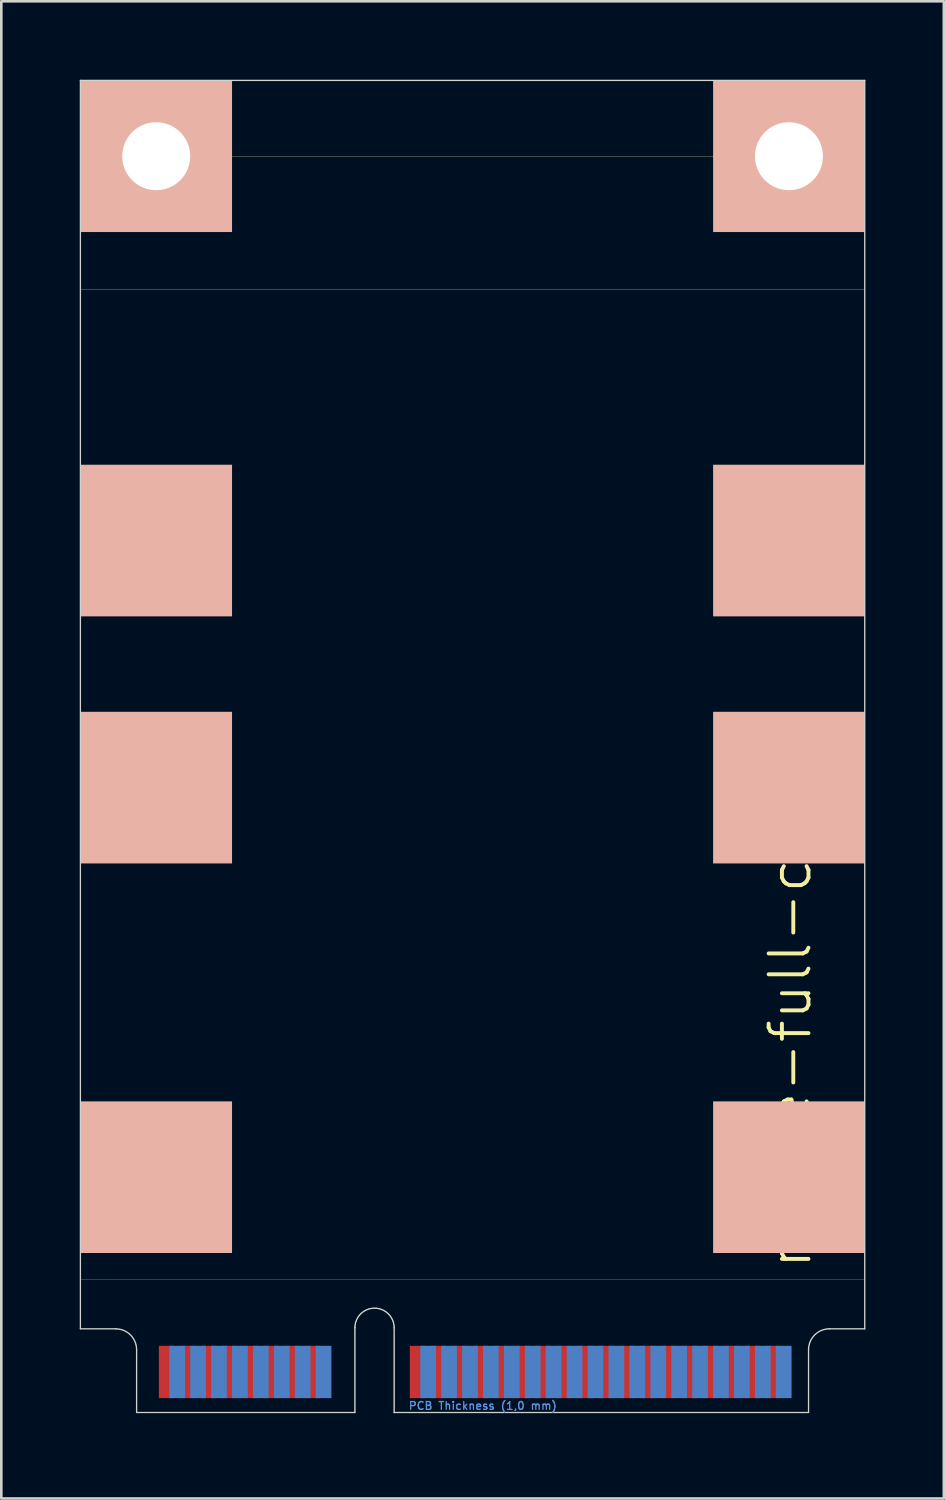
<source format=kicad_pcb>
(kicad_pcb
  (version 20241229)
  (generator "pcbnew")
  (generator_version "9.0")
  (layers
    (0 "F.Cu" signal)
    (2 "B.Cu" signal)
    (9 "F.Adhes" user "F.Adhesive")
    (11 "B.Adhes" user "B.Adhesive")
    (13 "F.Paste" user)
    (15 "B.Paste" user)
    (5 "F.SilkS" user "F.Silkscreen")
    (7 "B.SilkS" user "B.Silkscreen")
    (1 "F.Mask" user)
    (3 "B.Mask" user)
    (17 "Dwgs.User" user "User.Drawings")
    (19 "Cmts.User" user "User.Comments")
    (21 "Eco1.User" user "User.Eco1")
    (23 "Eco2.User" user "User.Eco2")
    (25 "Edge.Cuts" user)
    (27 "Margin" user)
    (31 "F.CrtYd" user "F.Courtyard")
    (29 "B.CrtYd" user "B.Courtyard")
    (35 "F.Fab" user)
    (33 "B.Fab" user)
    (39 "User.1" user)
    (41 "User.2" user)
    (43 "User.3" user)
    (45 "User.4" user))
  (footprint "mpcie-full-card"
    (layer "F.Cu")
    (at 15.025 50.975)
    (property "Reference" "mpcie-full-card" (at 12.15 -15.2 90) (layer "F.SilkS") (effects (font (size 1.524 1.524) (thickness 0.15))))
    (attr through_hole)
    (fp_line (start 15 -48.05) (end -15 -48.05) (stroke (width 0.01) (type solid)) (layer "F.SilkS"))
    (fp_line (start 15 -42.95) (end -15 -42.95) (stroke (width 0.01) (type solid)) (layer "F.SilkS"))
    (fp_line (start -15 -5.1) (end 15 -5.1) (stroke (width 0.01) (type solid)) (layer "B.SilkS"))
    (fp_line (start 0 0) (end 0 -50.95) (stroke (width 0.01) (type solid)) (layer "Eco1.User"))
    (fp_line (start 15 -3.2) (end 13.65 -3.2) (stroke (width 0.01) (type solid)) (layer "Eco2.User"))
    (fp_line (start -15 -50.95) (end -15 -3.2) (stroke (width 0.01) (type solid)) (layer "Edge.Cuts"))
    (fp_line (start -15 -50.95) (end 15 -50.95) (stroke (width 0.05) (type default)) (layer "Edge.Cuts"))
    (fp_line (start -15 -3.2) (end -15 -50.95) (stroke (width 0.05) (type default)) (layer "Edge.Cuts"))
    (fp_line (start -13.65 -3.2) (end -15 -3.2) (stroke (width 0.01) (type solid)) (layer "Edge.Cuts"))
    (fp_line (start -13.65 -3.2) (end -15 -3.2) (stroke (width 0.05) (type default)) (layer "Edge.Cuts"))
    (fp_line (start -12.85 0) (end -12.85 -2.4) (stroke (width 0.01) (type solid)) (layer "Edge.Cuts"))
    (fp_line (start -12.85 0) (end -12.85 -2.4) (stroke (width 0.05) (type default)) (layer "Edge.Cuts"))
    (fp_line (start -4.5 -3.25) (end -4.5 0) (stroke (width 0.05) (type default)) (layer "Edge.Cuts"))
    (fp_line (start -4.5 0) (end -12.85 0) (stroke (width 0.01) (type solid)) (layer "Edge.Cuts"))
    (fp_line (start -4.5 0) (end -12.85 0) (stroke (width 0.05) (type default)) (layer "Edge.Cuts"))
    (fp_line (start -4.5 0) (end -4.5 -3.25) (stroke (width 0.01) (type solid)) (layer "Edge.Cuts"))
    (fp_line (start -3 0) (end -3 -3.25) (stroke (width 0.01) (type solid)) (layer "Edge.Cuts"))
    (fp_line (start -3 0) (end -3 -3.24) (stroke (width 0.05) (type default)) (layer "Edge.Cuts"))
    (fp_line (start -3 0) (end 12.85 0) (stroke (width 0.01) (type solid)) (layer "Edge.Cuts"))
    (fp_line (start 12.85 -2.4) (end 12.85 0) (stroke (width 0.05) (type default)) (layer "Edge.Cuts"))
    (fp_line (start 12.85 0) (end -3 0) (stroke (width 0.05) (type default)) (layer "Edge.Cuts"))
    (fp_line (start 12.85 0) (end 12.85 -2.4) (stroke (width 0.01) (type solid)) (layer "Edge.Cuts"))
    (fp_line (start 13.65 -3.2) (end 15 -3.2) (stroke (width 0.01) (type default)) (layer "Edge.Cuts"))
    (fp_line (start 15 -50.95) (end -15 -50.95) (stroke (width 0.01) (type solid)) (layer "Edge.Cuts"))
    (fp_line (start 15 -50.95) (end 15 -3.2) (stroke (width 0.05) (type default)) (layer "Edge.Cuts"))
    (fp_line (start 15 -3.2) (end 13.65 -3.2) (stroke (width 0.05) (type default)) (layer "Edge.Cuts"))
    (fp_line (start 15 -3.2) (end 15 -50.95) (stroke (width 0.01) (type solid)) (layer "Edge.Cuts"))
    (fp_arc (start -13.651578 -3.198421) (mid -13.085988 -2.965127) (end -12.851576 -2.4) (stroke (width 0.01) (type solid)) (layer "Edge.Cuts"))
    (fp_arc (start -13.650001 -3.2) (mid -13.084314 -2.965685) (end -12.849999 -2.399998) (stroke (width 0.05) (type default)) (layer "Edge.Cuts"))
    (fp_arc (start -4.5 -3.24) (mid -3.75 -3.99) (end -3 -3.24) (stroke (width 0.01) (type default)) (layer "Edge.Cuts"))
    (fp_arc (start -4.5 -3.24) (mid -3.75 -3.99) (end -3 -3.24) (stroke (width 0.05) (type default)) (layer "Edge.Cuts"))
    (fp_arc (start 12.85 -2.4) (mid 13.084315 -2.965685) (end 13.65 -3.2) (stroke (width 0.01) (type solid)) (layer "Edge.Cuts"))
    (fp_arc (start 12.85 -2.4) (mid 13.084315 -2.965685) (end 13.65 -3.2) (stroke (width 0.05) (type default)) (layer "Edge.Cuts"))
    (fp_arc (start -4.5 -3.25) (mid -3.75 -4) (end -3 -3.25) (stroke (width 0.01) (type solid)) (layer "F.Fab"))
    (fp_text user "PCB Thickness (1,0 mm)" (at -2.47 -0.08 0) (unlocked yes) (layer "Cmts.User") (effects (font (size 0.3 0.3) (thickness 0.05)) (justify left bottom)))
    (pad "" np_thru_hole circle (at -12.1 -48.05) (size 2.6 2.6) (drill 2.6) (layers "*.Cu" "*.Mask" "F.SilkS"))
    (pad "" connect rect (at -12.1 -48.05) (size 5.8 5.8) (layers "B.SilkS"))
    (pad "" connect rect (at -12.1 -33.35) (size 5.8 5.8) (layers "B.SilkS"))
    (pad "" connect rect (at -12.1 -23.9) (size 5.8 5.8) (layers "B.SilkS"))
    (pad "" connect rect (at -12.1 -9) (size 5.8 5.8) (layers "B.SilkS"))
    (pad "" np_thru_hole circle (at 12.1 -48.05) (size 2.6 2.6) (drill 2.6) (layers "*.Cu" "*.Mask" "F.SilkS"))
    (pad "" connect rect (at 12.1 -48.05) (size 5.8 5.8) (layers "B.SilkS"))
    (pad "" connect rect (at 12.1 -33.35) (size 5.8 5.8) (layers "B.SilkS"))
    (pad "" connect rect (at 12.1 -23.9) (size 5.8 5.8) (layers "B.SilkS"))
    (pad "" connect rect (at 12.1 -9) (size 5.8 5.8) (layers "B.SilkS"))
    (pad "1" smd rect (at -11.7 -1.55) (size 0.6 2) (layers "F.Cu" "F.Mask"))
    (pad "2" smd rect (at -11.3 -1.55) (size 0.6 2) (layers "B.Cu" "B.Mask"))
    (pad "3" smd rect (at -10.9 -1.55) (size 0.6 2) (layers "F.Cu" "F.Mask"))
    (pad "4" smd rect (at -10.5 -1.55) (size 0.6 2) (layers "B.Cu" "B.Mask"))
    (pad "5" smd rect (at -10.1 -1.55) (size 0.6 2) (layers "F.Cu" "F.Mask"))
    (pad "6" smd rect (at -9.7 -1.55) (size 0.6 2) (layers "B.Cu" "B.Mask"))
    (pad "7" smd rect (at -9.3 -1.55) (size 0.6 2) (layers "F.Cu" "F.Mask"))
    (pad "8" smd rect (at -8.9 -1.55) (size 0.6 2) (layers "B.Cu" "B.Mask"))
    (pad "9" smd rect (at -8.5 -1.55) (size 0.6 2) (layers "F.Cu" "F.Mask"))
    (pad "10" smd rect (at -8.1 -1.55) (size 0.6 2) (layers "B.Cu" "B.Mask"))
    (pad "11" smd rect (at -7.7 -1.55) (size 0.6 2) (layers "F.Cu" "F.Mask"))
    (pad "12" smd rect (at -7.3 -1.55) (size 0.6 2) (layers "B.Cu" "B.Mask"))
    (pad "13" smd rect (at -6.9 -1.55) (size 0.6 2) (layers "F.Cu" "F.Mask"))
    (pad "14" smd rect (at -6.5 -1.55) (size 0.6 2) (layers "B.Cu" "B.Mask"))
    (pad "15" smd rect (at -6.1 -1.55) (size 0.6 2) (layers "F.Cu" "F.Mask"))
    (pad "16" smd rect (at -5.7 -1.55) (size 0.6 2) (layers "B.Cu" "B.Mask"))
    (pad "17" smd rect (at -2.1 -1.55) (size 0.6 2) (layers "F.Cu" "F.Mask"))
    (pad "18" smd rect (at -1.7 -1.55) (size 0.6 2) (layers "B.Cu" "B.Mask"))
    (pad "19" smd rect (at -1.3 -1.55) (size 0.6 2) (layers "F.Cu" "F.Mask"))
    (pad "20" smd rect (at -0.9 -1.55) (size 0.6 2) (layers "B.Cu" "B.Mask"))
    (pad "21" smd rect (at -0.5 -1.55) (size 0.6 2) (layers "F.Cu" "F.Mask"))
    (pad "22" smd rect (at -0.1 -1.55) (size 0.6 2) (layers "B.Cu" "B.Mask"))
    (pad "23" smd rect (at 0.3 -1.55) (size 0.6 2) (layers "F.Cu" "F.Mask"))
    (pad "24" smd rect (at 0.7 -1.55) (size 0.6 2) (layers "B.Cu" "B.Mask"))
    (pad "25" smd rect (at 1.1 -1.55) (size 0.6 2) (layers "F.Cu" "F.Mask"))
    (pad "26" smd rect (at 1.5 -1.55) (size 0.6 2) (layers "B.Cu" "B.Mask"))
    (pad "27" smd rect (at 1.9 -1.55) (size 0.6 2) (layers "F.Cu" "F.Mask"))
    (pad "28" smd rect (at 2.3 -1.55) (size 0.6 2) (layers "B.Cu" "B.Mask"))
    (pad "29" smd rect (at 2.7 -1.55) (size 0.6 2) (layers "F.Cu" "F.Mask"))
    (pad "30" smd rect (at 3.1 -1.55) (size 0.6 2) (layers "B.Cu" "B.Mask"))
    (pad "31" smd rect (at 3.5 -1.55) (size 0.6 2) (layers "F.Cu" "F.Mask"))
    (pad "32" smd rect (at 3.9 -1.55) (size 0.6 2) (layers "B.Cu" "B.Mask"))
    (pad "33" smd rect (at 4.3 -1.55) (size 0.6 2) (layers "F.Cu" "F.Mask"))
    (pad "34" smd rect (at 4.7 -1.55) (size 0.6 2) (layers "B.Cu" "B.Mask"))
    (pad "35" smd rect (at 5.1 -1.55) (size 0.6 2) (layers "F.Cu" "F.Mask"))
    (pad "36" smd rect (at 5.5 -1.55) (size 0.6 2) (layers "B.Cu" "B.Mask"))
    (pad "37" smd rect (at 5.9 -1.55) (size 0.6 2) (layers "F.Cu" "F.Mask"))
    (pad "38" smd rect (at 6.3 -1.55) (size 0.6 2) (layers "B.Cu" "B.Mask"))
    (pad "39" smd rect (at 6.7 -1.55) (size 0.6 2) (layers "F.Cu" "F.Mask"))
    (pad "40" smd rect (at 7.1 -1.55) (size 0.6 2) (layers "B.Cu" "B.Mask"))
    (pad "41" smd rect (at 7.5 -1.55) (size 0.6 2) (layers "F.Cu" "F.Mask"))
    (pad "42" smd rect (at 7.9 -1.55) (size 0.6 2) (layers "B.Cu" "B.Mask"))
    (pad "43" smd rect (at 8.3 -1.55) (size 0.6 2) (layers "F.Cu" "F.Mask"))
    (pad "44" smd rect (at 8.7 -1.55) (size 0.6 2) (layers "B.Cu" "B.Mask"))
    (pad "45" smd rect (at 9.1 -1.55) (size 0.6 2) (layers "F.Cu" "F.Mask"))
    (pad "46" smd rect (at 9.5 -1.55) (size 0.6 2) (layers "B.Cu" "B.Mask"))
    (pad "47" smd rect (at 9.9 -1.55) (size 0.6 2) (layers "F.Cu" "F.Mask"))
    (pad "48" smd rect (at 10.3 -1.55) (size 0.6 2) (layers "B.Cu" "B.Mask"))
    (pad "49" smd rect (at 10.7 -1.55) (size 0.6 2) (layers "F.Cu" "F.Mask"))
    (pad "50" smd rect (at 11.1 -1.55) (size 0.6 2) (layers "B.Cu" "B.Mask"))
    (pad "51" smd rect (at 11.5 -1.55) (size 0.6 2) (layers "F.Cu" "F.Mask"))
    (pad "52" smd rect (at 11.9 -1.55) (size 0.6 2) (layers "B.Cu" "B.Mask"))
    (zone (net_name "") (layers "F.Cu" "B.Cu" "F.SilkS") (hatch edge 0.5) (connect_pads) (min_thickness 0.25) (filled_areas_thickness no) (keepout (tracks allowed) (vias allowed) (pads allowed) (copperpour not_allowed) (footprints allowed)) (placement (enabled no)) (fill) (polygon (pts (xy 0.445 48.045) (xy 28.445 48.045) (xy 28.445 51.245) (xy 22.185 51.265) (xy 0.445 51.265)))))
  (gr_rect
    (start -3 -3)
    (end 33.05 54.265)
    (stroke (width 0.1) (type default))
    (fill no)
    (layer "Edge.Cuts")))
</source>
